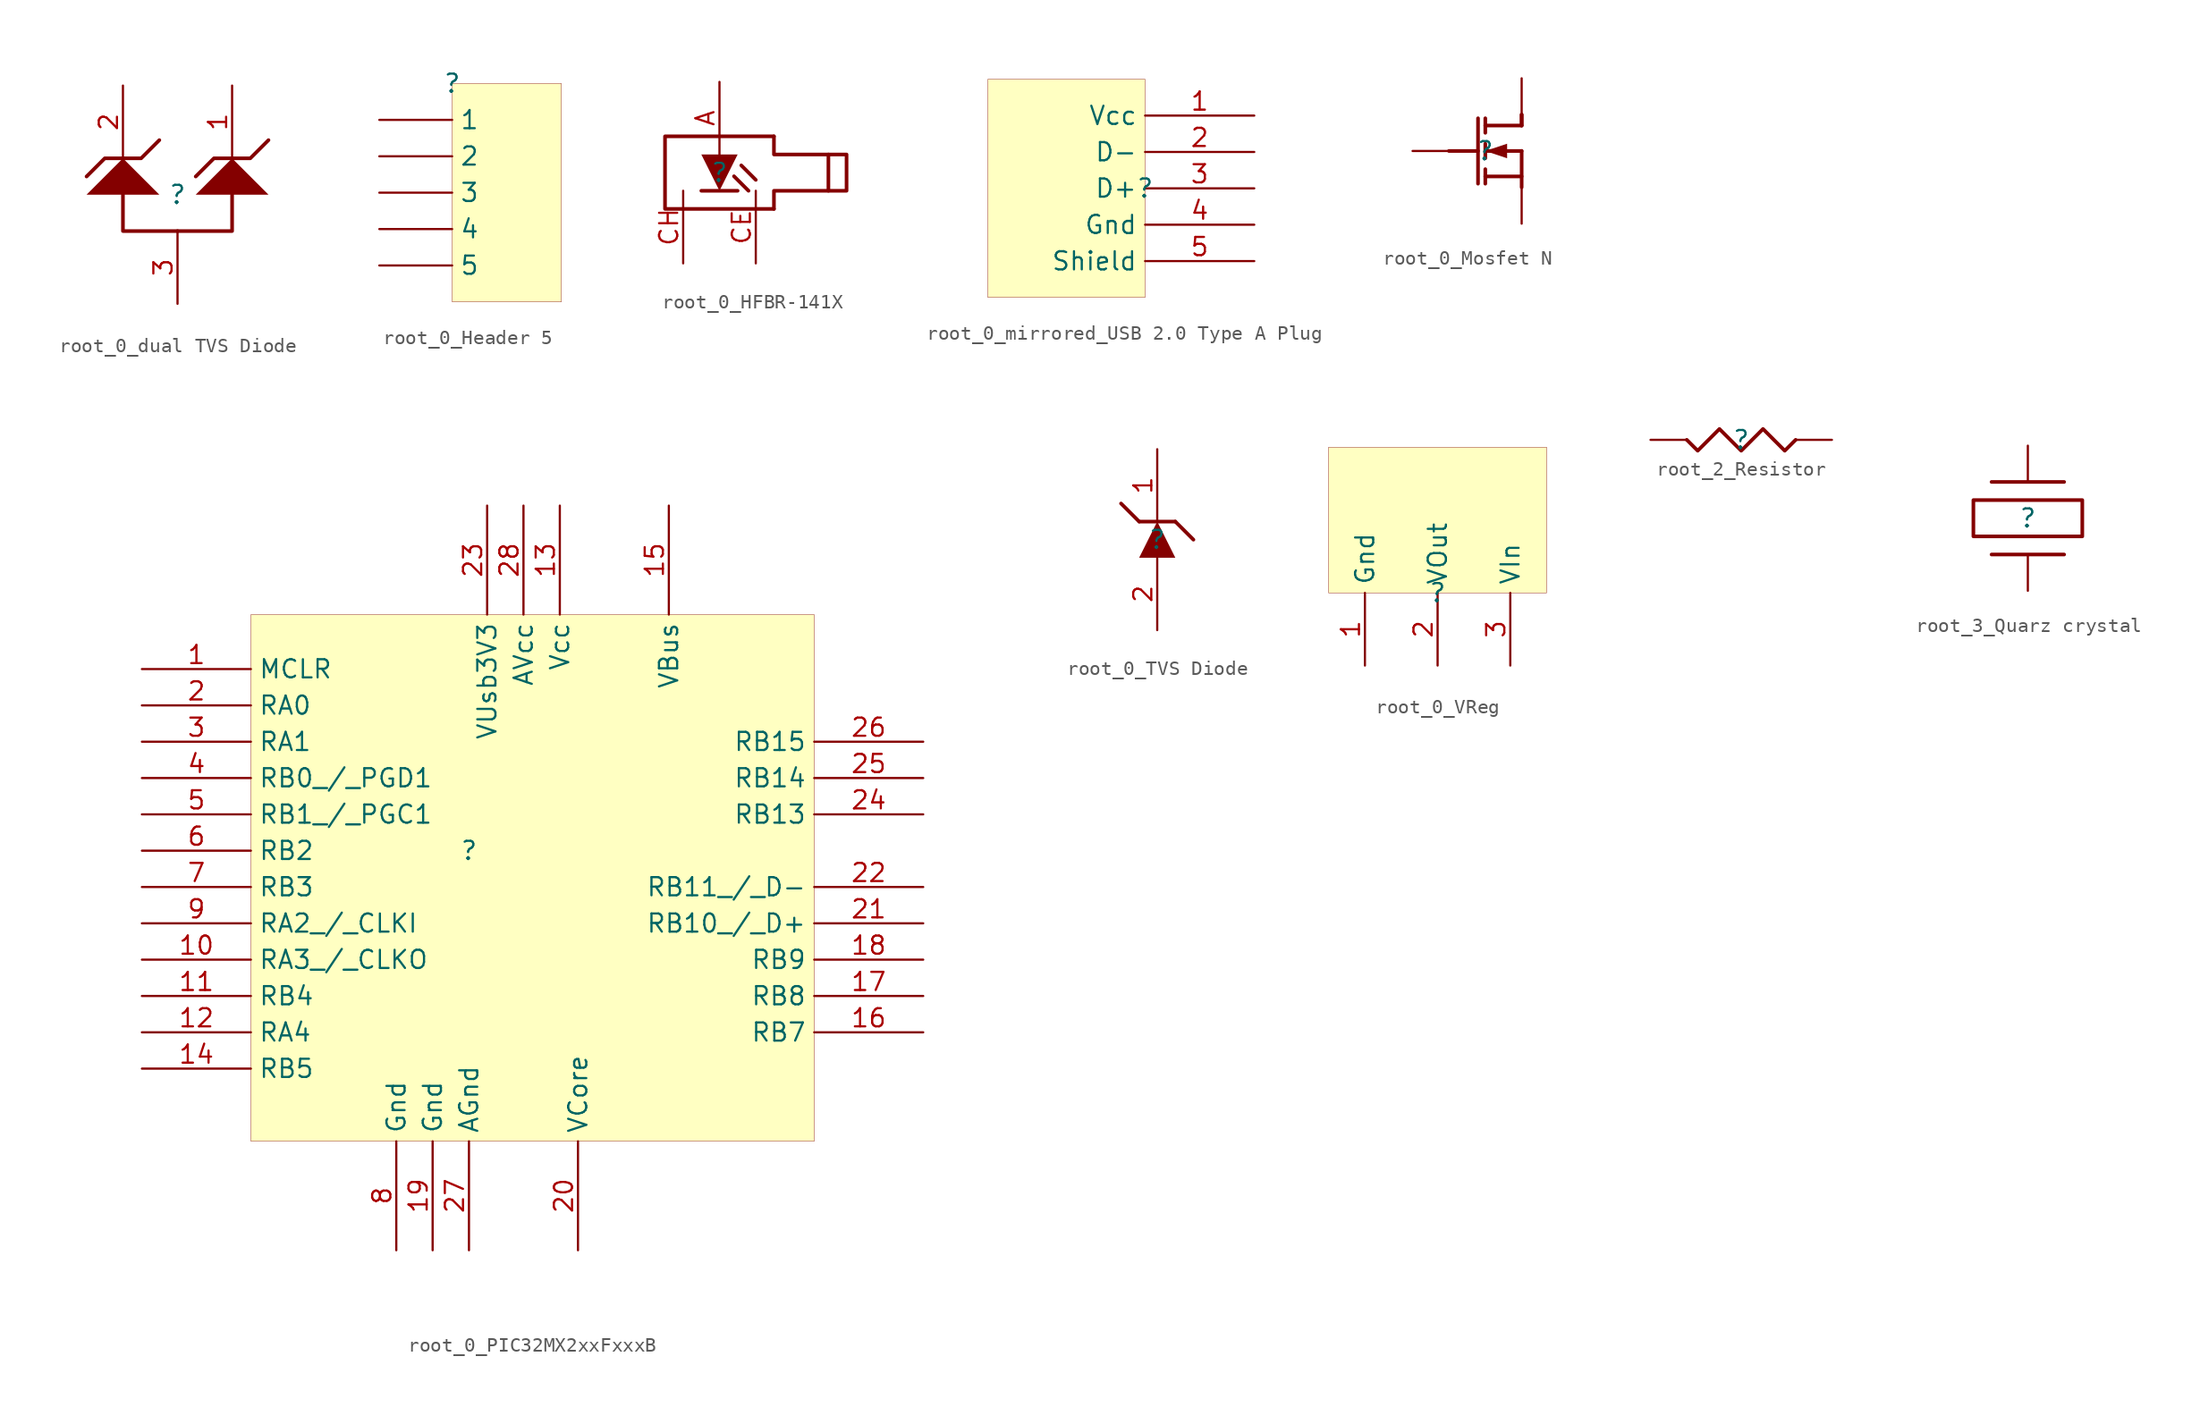
<source format=kicad_sym>
(kicad_symbol_lib
  (version 20231120)
  (generator "kicad_symbol_editor")
  (generator_version "8.0")
  (symbol "root_0_dual TVS Diode"
    (property "Reference" ""
      (at 0 0 0)
      (effects (font (size 1.27 1.27))))
    (property "Value" ""
      (at 0 0 0)
      (effects (font (size 1.27 1.27))))
    (symbol "root_0_dual TVS Diode_1_0"
      (polyline (pts (xy 0 -2.54) (xy -3.81 -2.54) (xy -3.81 0)) (stroke (width 0.254) (type solid)) (fill (type none)))
      (polyline (pts (xy 0 -2.54) (xy 3.81 -2.54) (xy 3.81 0)) (stroke (width 0.254) (type solid)) (fill (type none)))
      (polyline (pts (xy -3.81 2.54) (xy -6.35 0) (xy -1.27 0) (xy -3.81 2.54)) (stroke (width -0.0001) (type solid)) (fill (type outline)))
      (polyline (pts (xy -1.27 3.81) (xy -2.54 2.54) (xy -5.08 2.54) (xy -6.35 1.27)) (stroke (width 0.254) (type solid)) (fill (type none)))
      (polyline (pts (xy 3.81 2.54) (xy 1.27 0) (xy 6.35 0) (xy 3.81 2.54)) (stroke (width -0.0001) (type solid)) (fill (type outline)))
      (polyline (pts (xy 6.35 3.81) (xy 5.08 2.54) (xy 2.54 2.54) (xy 1.27 1.27)) (stroke (width 0.254) (type solid)) (fill (type none)))
      (pin passive line (at 3.81 7.62 270) (length 5.08) (name "18" (effects (font (size 0 0)))) (number "1" (effects (font (size 1.27 1.27)))))
      (pin passive line (at -3.81 7.62 270) (length 5.08) (name "19" (effects (font (size 0 0)))) (number "2" (effects (font (size 1.27 1.27)))))
      (pin passive line (at 0 -7.62 90) (length 5.08) (name "20" (effects (font (size 0 0)))) (number "3" (effects (font (size 1.27 1.27)))))))
  (symbol "root_0_Header 5"
    (property "Reference" ""
      (at 0 0 0)
      (effects (font (size 1.27 1.27))))
    (property "Value" ""
      (at 0 0 0)
      (effects (font (size 1.27 1.27))))
    (symbol "root_0_Header 5_1_0"
      (rectangle (start 7.62 0) (end 0 -15.24) (stroke (width 0.025) (type solid) (color 128 0 0 1)) (fill (type background)))
      (pin passive line (at -5.08 -2.54 0) (length 5.08) (name "1" (effects (font (size 1.27 1.27)))) (number "1" (effects (font (size 0 0)))))
      (pin passive line (at -5.08 -5.08 0) (length 5.08) (name "2" (effects (font (size 1.27 1.27)))) (number "2" (effects (font (size 0 0)))))
      (pin passive line (at -5.08 -7.62 0) (length 5.08) (name "3" (effects (font (size 1.27 1.27)))) (number "3" (effects (font (size 0 0)))))
      (pin passive line (at -5.08 -10.16 0) (length 5.08) (name "4" (effects (font (size 1.27 1.27)))) (number "4" (effects (font (size 0 0)))))
      (pin passive line (at -5.08 -12.7 0) (length 5.08) (name "5" (effects (font (size 1.27 1.27)))) (number "5" (effects (font (size 0 0)))))))
  (symbol "root_0_HFBR-141X"
    (property "Reference" ""
      (at 0 0 0)
      (effects (font (size 1.27 1.27))))
    (property "Value" ""
      (at 0 0 0)
      (effects (font (size 1.27 1.27))))
    (symbol "root_0_HFBR-141X_1_0"
      (polyline (pts (xy 1.016 -0.254) (xy 2.032 -1.27)) (stroke (width 0.254) (type solid)) (fill (type none)))
      (polyline (pts (xy 1.524 0.508) (xy 2.54 -0.508)) (stroke (width 0.254) (type solid)) (fill (type none)))
      (polyline (pts (xy 7.62 1.27) (xy 7.62 -1.27)) (stroke (width 0.254) (type solid)) (fill (type none)))
      (polyline (pts (xy 1.27 -1.27) (xy -1.27 -1.27) (xy 1.27 -1.27)) (stroke (width 0.254) (type solid)) (fill (type background)))
      (polyline (pts (xy 1.27 1.27) (xy 0 -1.27) (xy -1.27 1.27) (xy 1.27 1.27)) (stroke (width -0.0001) (type solid)) (fill (type outline)))
      (polyline (pts (xy 3.81 2.54) (xy -3.81 2.54) (xy -3.81 -2.54) (xy 3.81 -2.54)) (stroke (width 0.254) (type solid)) (fill (type none)))
      (polyline (pts (xy 3.81 2.54) (xy 3.81 1.27) (xy 8.89 1.27) (xy 8.89 -1.27) (xy 3.81 -1.27) (xy 3.81 -2.54)) (stroke (width 0.254) (type solid)) (fill (type none)))
      (pin passive line (at 0 6.35 270) (length 5.08) (name "" (effects (font (size 1.27 1.27)))) (number "A" (effects (font (size 1.27 1.27)))))
      (pin passive line (at 2.54 -6.35 90) (length 5.08) (name "" (effects (font (size 1.27 1.27)))) (number "CE" (effects (font (size 1.27 1.27)))))
      (pin passive line (at -2.54 -6.35 90) (length 5.08) (name "" (effects (font (size 1.27 1.27)))) (number "CH" (effects (font (size 1.27 1.27)))))))
  (symbol "root_0_mirrored_USB 2.0 Type A Plug"
    (property "Reference" ""
      (at 0 0 0)
      (effects (font (size 1.27 1.27))))
    (property "Value" ""
      (at 0 0 0)
      (effects (font (size 1.27 1.27))))
    (symbol "root_0_mirrored_USB 2.0 Type A Plug_1_0"
      (rectangle (start 0 7.62) (end -10.973 -7.62) (stroke (width 0.025) (type solid) (color 128 0 0 1)) (fill (type background)))
      (pin input line (at 7.62 5.08 180) (length 7.62) (name "Vcc" (effects (font (size 1.27 1.27)))) (number "1" (effects (font (size 1.27 1.27)))))
      (pin input line (at 7.62 2.54 180) (length 7.62) (name "D-" (effects (font (size 1.27 1.27)))) (number "2" (effects (font (size 1.27 1.27)))))
      (pin input line (at 7.62 0 180) (length 7.62) (name "D+" (effects (font (size 1.27 1.27)))) (number "3" (effects (font (size 1.27 1.27)))))
      (pin input line (at 7.62 -2.54 180) (length 7.62) (name "Gnd" (effects (font (size 1.27 1.27)))) (number "4" (effects (font (size 1.27 1.27)))))
      (pin input line (at 7.62 -5.08 180) (length 7.62) (name "Shield" (effects (font (size 1.27 1.27)))) (number "5" (effects (font (size 1.27 1.27)))))))
  (symbol "root_0_Mosfet N"
    (property "Reference" ""
      (at 0 0 0)
      (effects (font (size 1.27 1.27))))
    (property "Value" ""
      (at 0 0 0)
      (effects (font (size 1.27 1.27))))
    (symbol "root_0_Mosfet N_1_0"
      (polyline (pts (xy -2.54 0) (xy -0.508 0)) (stroke (width 0.254) (type solid)) (fill (type none)))
      (polyline (pts (xy -0.508 2.286) (xy -0.508 -2.286)) (stroke (width 0.254) (type solid)) (fill (type none)))
      (polyline (pts (xy 0 -2.286) (xy 0 -1.27)) (stroke (width 0.254) (type solid)) (fill (type none)))
      (polyline (pts (xy 0 -0.508) (xy 0 0.508)) (stroke (width 0.254) (type solid)) (fill (type none)))
      (polyline (pts (xy 0 2.286) (xy 0 1.27)) (stroke (width 0.254) (type solid)) (fill (type none)))
      (polyline (pts (xy 2.54 -1.778) (xy 0 -1.778)) (stroke (width 0.254) (type solid)) (fill (type none)))
      (polyline (pts (xy 2.54 0) (xy 0 0)) (stroke (width 0.254) (type solid)) (fill (type none)))
      (polyline (pts (xy 2.54 0) (xy 2.54 -2.54)) (stroke (width 0.254) (type solid)) (fill (type none)))
      (polyline (pts (xy 2.54 1.778) (xy 0 1.778)) (stroke (width 0.254) (type solid)) (fill (type none)))
      (polyline (pts (xy 2.54 1.778) (xy 2.54 2.54)) (stroke (width 0.254) (type solid)) (fill (type none)))
      (polyline (pts (xy 2.54 1.778) (xy 2.54 2.54)) (stroke (width 0.254) (type solid)) (fill (type none)))
      (polyline (pts (xy 0 0) (xy 1.524 -0.508) (xy 1.524 0.508) (xy 0 0)) (stroke (width -0.0001) (type solid)) (fill (type outline)))
      (pin passive line (at 2.54 5.08 270) (length 2.54) (name "D" (effects (font (size 0 0)))) (number "D" (effects (font (size 0 0)))))
      (pin passive line (at -5.08 0 0) (length 2.54) (name "G" (effects (font (size 0 0)))) (number "G" (effects (font (size 0 0)))))
      (pin passive line (at 2.54 -5.08 90) (length 2.54) (name "S" (effects (font (size 0 0)))) (number "S" (effects (font (size 0 0)))))))
  (symbol "root_0_PIC32MX2xxFxxxB"
    (property "Reference" ""
      (at 0 0 0)
      (effects (font (size 1.27 1.27))))
    (property "Value" ""
      (at 0 0 0)
      (effects (font (size 1.27 1.27))))
    (symbol "root_0_PIC32MX2xxFxxxB_1_0"
      (rectangle (start 24.13 16.51) (end -15.24 -20.32) (stroke (width 0.025) (type solid) (color 128 0 0 1)) (fill (type background)))
      (pin input line (at -22.86 12.7 0) (length 7.62) (name "MCLR" (effects (font (size 1.27 1.27)))) (number "1" (effects (font (size 1.27 1.27)))))
      (pin bidirectional line (at -22.86 -7.62 0) (length 7.62) (name "RA3_/_CLKO" (effects (font (size 1.27 1.27)))) (number "10" (effects (font (size 1.27 1.27)))))
      (pin bidirectional line (at -22.86 -10.16 0) (length 7.62) (name "RB4" (effects (font (size 1.27 1.27)))) (number "11" (effects (font (size 1.27 1.27)))))
      (pin bidirectional line (at -22.86 -12.7 0) (length 7.62) (name "RA4" (effects (font (size 1.27 1.27)))) (number "12" (effects (font (size 1.27 1.27)))))
      (pin power_in line (at 6.35 24.13 270) (length 7.62) (name "Vcc" (effects (font (size 1.27 1.27)))) (number "13" (effects (font (size 1.27 1.27)))))
      (pin bidirectional line (at -22.86 -15.24 0) (length 7.62) (name "RB5" (effects (font (size 1.27 1.27)))) (number "14" (effects (font (size 1.27 1.27)))))
      (pin bidirectional line (at 13.97 24.13 270) (length 7.62) (name "VBus" (effects (font (size 1.27 1.27)))) (number "15" (effects (font (size 1.27 1.27)))))
      (pin bidirectional line (at 31.75 -12.7 180) (length 7.62) (name "RB7" (effects (font (size 1.27 1.27)))) (number "16" (effects (font (size 1.27 1.27)))))
      (pin bidirectional line (at 31.75 -10.16 180) (length 7.62) (name "RB8" (effects (font (size 1.27 1.27)))) (number "17" (effects (font (size 1.27 1.27)))))
      (pin bidirectional line (at 31.75 -7.62 180) (length 7.62) (name "RB9" (effects (font (size 1.27 1.27)))) (number "18" (effects (font (size 1.27 1.27)))))
      (pin power_in line (at -2.54 -27.94 90) (length 7.62) (name "Gnd" (effects (font (size 1.27 1.27)))) (number "19" (effects (font (size 1.27 1.27)))))
      (pin bidirectional line (at -22.86 10.16 0) (length 7.62) (name "RA0" (effects (font (size 1.27 1.27)))) (number "2" (effects (font (size 1.27 1.27)))))
      (pin power_in line (at 7.62 -27.94 90) (length 7.62) (name "VCore" (effects (font (size 1.27 1.27)))) (number "20" (effects (font (size 1.27 1.27)))))
      (pin bidirectional line (at 31.75 -5.08 180) (length 7.62) (name "RB10_/_D+" (effects (font (size 1.27 1.27)))) (number "21" (effects (font (size 1.27 1.27)))))
      (pin bidirectional line (at 31.75 -2.54 180) (length 7.62) (name "RB11_/_D-" (effects (font (size 1.27 1.27)))) (number "22" (effects (font (size 1.27 1.27)))))
      (pin bidirectional line (at 1.27 24.13 270) (length 7.62) (name "VUsb3V3" (effects (font (size 1.27 1.27)))) (number "23" (effects (font (size 1.27 1.27)))))
      (pin bidirectional line (at 31.75 2.54 180) (length 7.62) (name "RB13" (effects (font (size 1.27 1.27)))) (number "24" (effects (font (size 1.27 1.27)))))
      (pin bidirectional line (at 31.75 5.08 180) (length 7.62) (name "RB14" (effects (font (size 1.27 1.27)))) (number "25" (effects (font (size 1.27 1.27)))))
      (pin bidirectional line (at 31.75 7.62 180) (length 7.62) (name "RB15" (effects (font (size 1.27 1.27)))) (number "26" (effects (font (size 1.27 1.27)))))
      (pin power_in line (at 0 -27.94 90) (length 7.62) (name "AGnd" (effects (font (size 1.27 1.27)))) (number "27" (effects (font (size 1.27 1.27)))))
      (pin power_in line (at 3.81 24.13 270) (length 7.62) (name "AVcc" (effects (font (size 1.27 1.27)))) (number "28" (effects (font (size 1.27 1.27)))))
      (pin bidirectional line (at -22.86 7.62 0) (length 7.62) (name "RA1" (effects (font (size 1.27 1.27)))) (number "3" (effects (font (size 1.27 1.27)))))
      (pin bidirectional line (at -22.86 5.08 0) (length 7.62) (name "RB0_/_PGD1" (effects (font (size 1.27 1.27)))) (number "4" (effects (font (size 1.27 1.27)))))
      (pin bidirectional line (at -22.86 2.54 0) (length 7.62) (name "RB1_/_PGC1" (effects (font (size 1.27 1.27)))) (number "5" (effects (font (size 1.27 1.27)))))
      (pin bidirectional line (at -22.86 0 0) (length 7.62) (name "RB2" (effects (font (size 1.27 1.27)))) (number "6" (effects (font (size 1.27 1.27)))))
      (pin bidirectional line (at -22.86 -2.54 0) (length 7.62) (name "RB3" (effects (font (size 1.27 1.27)))) (number "7" (effects (font (size 1.27 1.27)))))
      (pin power_in line (at -5.08 -27.94 90) (length 7.62) (name "Gnd" (effects (font (size 1.27 1.27)))) (number "8" (effects (font (size 1.27 1.27)))))
      (pin bidirectional line (at -22.86 -5.08 0) (length 7.62) (name "RA2_/_CLKI" (effects (font (size 1.27 1.27)))) (number "9" (effects (font (size 1.27 1.27)))))))
  (symbol "root_0_TVS Diode"
    (property "Reference" ""
      (at 0 0 0)
      (effects (font (size 1.27 1.27))))
    (property "Value" ""
      (at 0 0 0)
      (effects (font (size 1.27 1.27))))
    (symbol "root_0_TVS Diode_1_0"
      (polyline (pts (xy -1.27 1.27) (xy -2.54 2.54)) (stroke (width 0.254) (type solid)) (fill (type none)))
      (polyline (pts (xy 1.27 1.27) (xy 2.54 0)) (stroke (width 0.254) (type solid)) (fill (type none)))
      (polyline (pts (xy -1.27 1.27) (xy 1.27 1.27) (xy -1.27 1.27)) (stroke (width 0.254) (type solid)) (fill (type background)))
      (polyline (pts (xy -1.27 -1.27) (xy 0 1.27) (xy 1.27 -1.27) (xy -1.27 -1.27)) (stroke (width -0.0001) (type solid)) (fill (type outline)))
      (pin passive line (at 0 6.35 270) (length 5.08) (name "" (effects (font (size 1.27 1.27)))) (number "1" (effects (font (size 1.27 1.27)))))
      (pin passive line (at 0 -6.35 90) (length 5.08) (name "" (effects (font (size 1.27 1.27)))) (number "2" (effects (font (size 1.27 1.27)))))))
  (symbol "root_0_VReg"
    (property "Reference" ""
      (at 0 0 0)
      (effects (font (size 1.27 1.27))))
    (property "Value" ""
      (at 0 0 0)
      (effects (font (size 1.27 1.27))))
    (symbol "root_0_VReg_1_0"
      (rectangle (start 7.62 10.185) (end -7.62 0) (stroke (width 0.025) (type solid) (color 128 0 0 1)) (fill (type background)))
      (pin passive line (at -5.08 -5.08 90) (length 5.08) (name "Gnd" (effects (font (size 1.27 1.27)))) (number "1" (effects (font (size 1.27 1.27)))))
      (pin passive line (at 0 -5.08 90) (length 5.08) (name "VOut" (effects (font (size 1.27 1.27)))) (number "2" (effects (font (size 1.27 1.27)))))
      (pin passive line (at 5.08 -5.08 90) (length 5.08) (name "VIn" (effects (font (size 1.27 1.27)))) (number "3" (effects (font (size 1.27 1.27)))))))
  (symbol "root_2_Resistor"
    (property "Reference" ""
      (at 0 0 0)
      (effects (font (size 1.27 1.27))))
    (property "Value" ""
      (at 0 0 0)
      (effects (font (size 1.27 1.27))))
    (symbol "root_2_Resistor_1_0"
      (polyline (pts (xy -3.81 0) (xy -3.048 -0.762) (xy -1.524 0.762) (xy 0 -0.762) (xy 1.524 0.762) (xy 3.048 -0.762) (xy 3.81 0)) (stroke (width 0.254) (type solid)) (fill (type none)))
      (pin passive line (at 6.35 0 180) (length 2.54) (name "1" (effects (font (size 0 0)))) (number "1" (effects (font (size 0 0)))))
      (pin passive line (at -6.35 0 0) (length 2.54) (name "2" (effects (font (size 0 0)))) (number "2" (effects (font (size 0 0)))))))
  (symbol "root_3_Quarz crystal"
    (property "Reference" ""
      (at 0 0 0)
      (effects (font (size 1.27 1.27))))
    (property "Value" ""
      (at 0 0 0)
      (effects (font (size 1.27 1.27))))
    (symbol "root_3_Quarz crystal_1_0"
      (polyline (pts (xy 2.54 -2.54) (xy -2.54 -2.54)) (stroke (width 0.254) (type solid)) (fill (type none)))
      (polyline (pts (xy 2.54 2.54) (xy -2.54 2.54)) (stroke (width 0.254) (type solid)) (fill (type none)))
      (polyline (pts (xy 3.81 -1.27) (xy 3.81 1.27) (xy -3.81 1.27) (xy -3.81 -1.27) (xy 3.81 -1.27)) (stroke (width 0.254) (type solid)) (fill (type none)))
      (pin passive line (at 0 -5.08 90) (length 2.54) (name "23" (effects (font (size 0 0)))) (number "1" (effects (font (size 0 0)))))
      (pin passive line (at 0 5.08 270) (length 2.54) (name "24" (effects (font (size 0 0)))) (number "2" (effects (font (size 0 0))))))))
</source>
